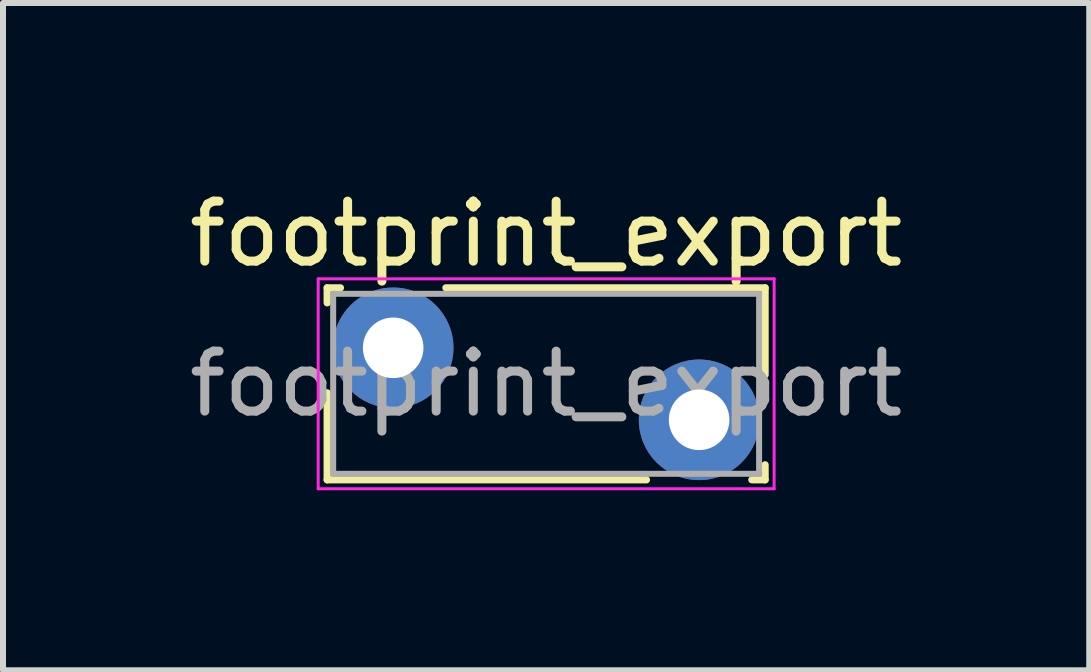
<source format=kicad_pcb>
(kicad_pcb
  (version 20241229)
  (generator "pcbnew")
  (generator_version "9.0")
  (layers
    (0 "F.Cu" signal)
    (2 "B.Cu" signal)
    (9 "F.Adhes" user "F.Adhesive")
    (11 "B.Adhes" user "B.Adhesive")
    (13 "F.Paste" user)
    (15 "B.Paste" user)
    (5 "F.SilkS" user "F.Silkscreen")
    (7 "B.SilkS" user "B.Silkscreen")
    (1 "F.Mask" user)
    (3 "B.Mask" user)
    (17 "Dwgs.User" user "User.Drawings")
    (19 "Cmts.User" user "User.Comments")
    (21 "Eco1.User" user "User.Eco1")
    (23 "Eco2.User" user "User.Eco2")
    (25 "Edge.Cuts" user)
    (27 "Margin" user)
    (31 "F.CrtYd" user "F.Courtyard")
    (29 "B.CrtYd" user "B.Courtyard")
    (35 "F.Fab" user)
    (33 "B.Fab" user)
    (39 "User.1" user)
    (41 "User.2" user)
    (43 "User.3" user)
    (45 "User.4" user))
  (footprint "footprint_export"
    (layer "F.Cu")
    (at 3.504 2.748)
    (property "Reference" "footprint_export" (at 2.55 -1.9 0) (layer "F.SilkS") (effects (font (size 1 1) (thickness 0.15))))
    (attr through_hole)
    (fp_line (start -1.1 -1) (end -1.1 -0.75) (stroke (width 0.12) (type solid)) (layer "F.SilkS"))
    (fp_line (start -1.1 -1) (end -0.879 -1) (stroke (width 0.12) (type solid)) (layer "F.SilkS"))
    (fp_line (start -1.1 0.75) (end -1.1 2.2) (stroke (width 0.12) (type solid)) (layer "F.SilkS"))
    (fp_line (start -1.1 2.2) (end 4.222 2.2) (stroke (width 0.12) (type solid)) (layer "F.SilkS"))
    (fp_line (start 0.879 -1) (end 6.2 -1) (stroke (width 0.12) (type solid)) (layer "F.SilkS"))
    (fp_line (start 5.979 2.2) (end 6.2 2.2) (stroke (width 0.12) (type solid)) (layer "F.SilkS"))
    (fp_line (start 6.2 -1) (end 6.2 0.451) (stroke (width 0.12) (type solid)) (layer "F.SilkS"))
    (fp_line (start 6.2 1.95) (end 6.2 2.2) (stroke (width 0.12) (type solid)) (layer "F.SilkS"))
    (fp_line (start -1.25 -1.15) (end -1.25 2.35) (stroke (width 0.05) (type solid)) (layer "F.CrtYd"))
    (fp_line (start -1.25 2.35) (end 6.35 2.35) (stroke (width 0.05) (type solid)) (layer "F.CrtYd"))
    (fp_line (start 6.35 -1.15) (end -1.25 -1.15) (stroke (width 0.05) (type solid)) (layer "F.CrtYd"))
    (fp_line (start 6.35 2.35) (end 6.35 -1.15) (stroke (width 0.05) (type solid)) (layer "F.CrtYd"))
    (fp_line (start -1 -0.9) (end -1 2.1) (stroke (width 0.1) (type solid)) (layer "F.Fab"))
    (fp_line (start -1 2.1) (end 6.1 2.1) (stroke (width 0.1) (type solid)) (layer "F.Fab"))
    (fp_line (start 6.1 -0.9) (end -1 -0.9) (stroke (width 0.1) (type solid)) (layer "F.Fab"))
    (fp_line (start 6.1 2.1) (end 6.1 -0.9) (stroke (width 0.1) (type solid)) (layer "F.Fab"))
    (fp_text user "${REFERENCE}" (at 2.55 0.6 0) (layer "F.Fab") (effects (font (size 1 1) (thickness 0.15))))
    (pad "1" thru_hole circle (at 0 0) (size 2.01 2.01) (drill 1.01) (layers "*.Cu" "*.Mask"))
    (pad "2" thru_hole circle (at 5.1 1.2) (size 2.01 2.01) (drill 1.01) (layers "*.Cu" "*.Mask")))
  (gr_rect
    (start -3 -3)
    (end 15.107 8.123)
    (stroke (width 0.1) (type default))
    (fill no)
    (layer "Edge.Cuts")))
</source>
